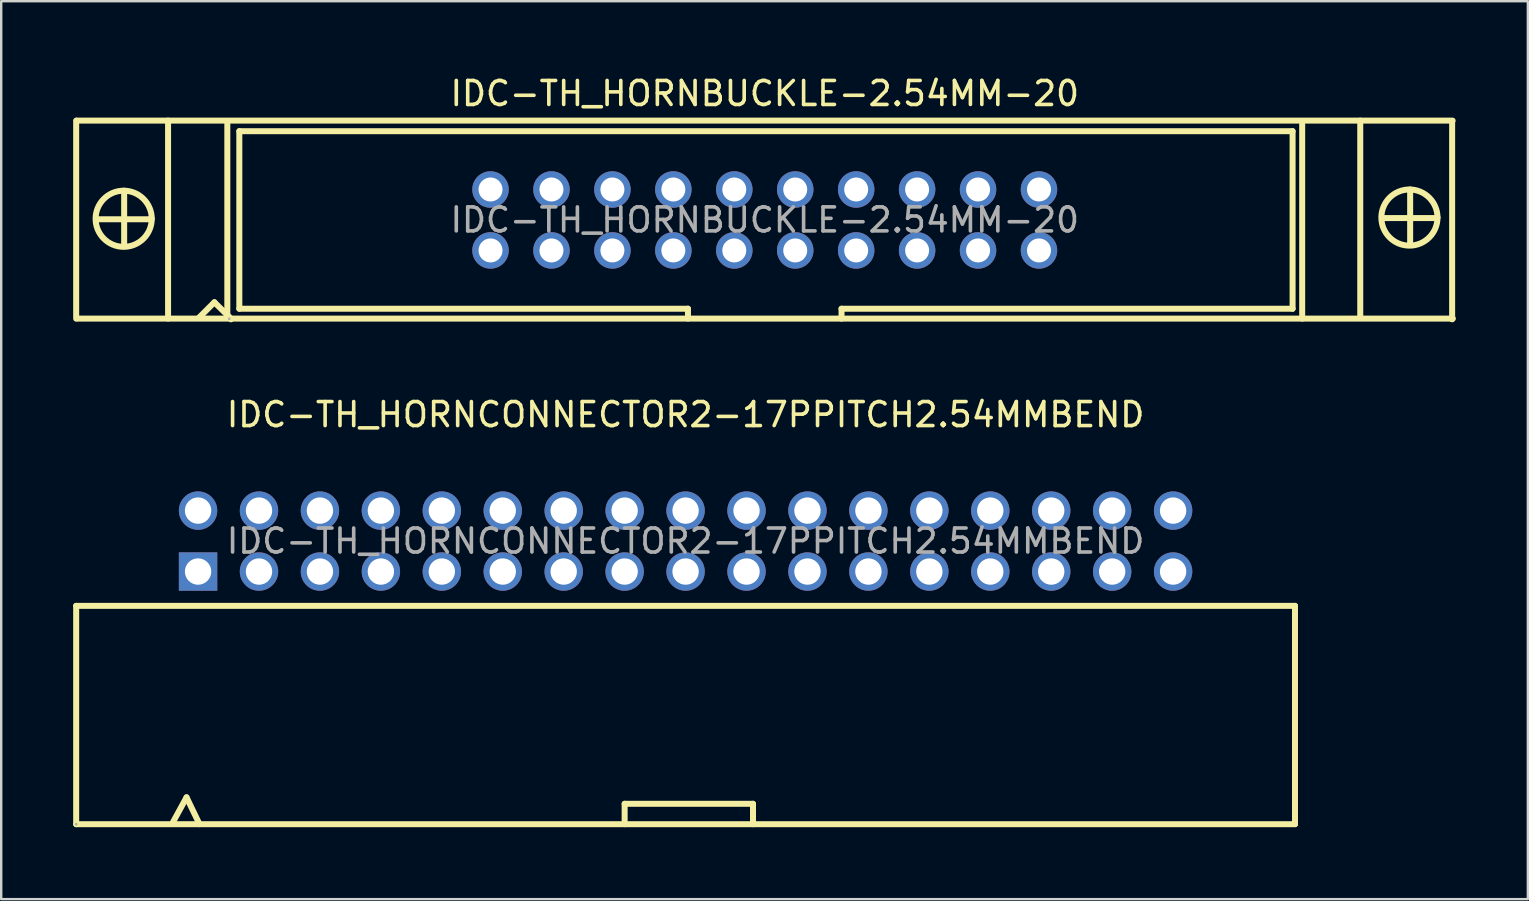
<source format=kicad_pcb>
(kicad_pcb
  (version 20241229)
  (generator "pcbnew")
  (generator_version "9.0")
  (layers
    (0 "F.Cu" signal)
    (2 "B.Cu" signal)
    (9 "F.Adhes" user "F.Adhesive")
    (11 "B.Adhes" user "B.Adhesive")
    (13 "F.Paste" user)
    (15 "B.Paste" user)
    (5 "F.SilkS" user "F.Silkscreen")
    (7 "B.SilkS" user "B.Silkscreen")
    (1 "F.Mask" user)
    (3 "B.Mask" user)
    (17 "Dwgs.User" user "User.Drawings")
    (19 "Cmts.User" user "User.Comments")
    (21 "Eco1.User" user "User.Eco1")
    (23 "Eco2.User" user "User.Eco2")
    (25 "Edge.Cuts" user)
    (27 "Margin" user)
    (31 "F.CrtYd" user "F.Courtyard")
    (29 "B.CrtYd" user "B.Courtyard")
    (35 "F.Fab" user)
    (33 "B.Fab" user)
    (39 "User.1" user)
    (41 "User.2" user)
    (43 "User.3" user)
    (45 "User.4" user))
  (footprint "IDC-TH_HORNCONNECTOR2-17PPITCH2.54MMBEND"
    (layer "F.Cu")
    (at 25.525 19.502)
    (property "Reference" "IDC-TH_HORNCONNECTOR2-17PPITCH2.54MMBEND" (at 0 -5.27 0) (layer "F.SilkS") (effects (font (size 1 1) (thickness 0.15))))
    (attr through_hole)
    (fp_line (start -25.4 2.7) (end -25.4 11.8) (stroke (width 0.25) (type solid)) (layer "F.SilkS"))
    (fp_line (start -25.4 2.7) (end 25.4 2.7) (stroke (width 0.25) (type solid)) (layer "F.SilkS"))
    (fp_line (start -25.4 11.8) (end 25.4 11.8) (stroke (width 0.25) (type solid)) (layer "F.SilkS"))
    (fp_line (start -21.4 11.78) (end -20.8 10.68) (stroke (width 0.25) (type solid)) (layer "F.SilkS"))
    (fp_line (start -20.8 10.68) (end -20.26 11.8) (stroke (width 0.25) (type solid)) (layer "F.SilkS"))
    (fp_line (start -2.54 10.95) (end 2.81 10.95) (stroke (width 0.25) (type solid)) (layer "F.SilkS"))
    (fp_line (start -2.54 11.8) (end -2.54 10.95) (stroke (width 0.25) (type solid)) (layer "F.SilkS"))
    (fp_line (start 2.81 10.95) (end 2.81 11.8) (stroke (width 0.25) (type solid)) (layer "F.SilkS"))
    (fp_line (start 25.4 2.7) (end 25.4 11.8) (stroke (width 0.25) (type solid)) (layer "F.SilkS"))
    (fp_circle (center -25.4 11.8) (end -25.37 11.8) (stroke (width 0.06) (type solid)) (fill no) (layer "F.Fab"))
    (fp_text user "${REFERENCE}" (at 0 0 0) (layer "F.Fab") (effects (font (size 1 1) (thickness 0.15))))
    (pad "1" thru_hole rect (at -20.32 1.27) (size 1.6 1.6) (drill 1.1) (layers "*.Cu" "*.Paste" "*.Mask"))
    (pad "2" thru_hole circle (at -20.32 -1.27) (size 1.6 1.6) (drill 1.1) (layers "*.Cu" "*.Paste" "*.Mask"))
    (pad "3" thru_hole circle (at -17.78 1.27) (size 1.6 1.6) (drill 1.1) (layers "*.Cu" "*.Paste" "*.Mask"))
    (pad "4" thru_hole circle (at -17.78 -1.27) (size 1.6 1.6) (drill 1.1) (layers "*.Cu" "*.Paste" "*.Mask"))
    (pad "5" thru_hole circle (at -15.24 1.27) (size 1.6 1.6) (drill 1.1) (layers "*.Cu" "*.Paste" "*.Mask"))
    (pad "6" thru_hole circle (at -15.24 -1.27) (size 1.6 1.6) (drill 1.1) (layers "*.Cu" "*.Paste" "*.Mask"))
    (pad "7" thru_hole circle (at -12.7 1.27) (size 1.6 1.6) (drill 1.1) (layers "*.Cu" "*.Paste" "*.Mask"))
    (pad "8" thru_hole circle (at -12.7 -1.27) (size 1.6 1.6) (drill 1.1) (layers "*.Cu" "*.Paste" "*.Mask"))
    (pad "9" thru_hole circle (at -10.16 1.27) (size 1.6 1.6) (drill 1.1) (layers "*.Cu" "*.Paste" "*.Mask"))
    (pad "10" thru_hole circle (at -10.16 -1.27) (size 1.6 1.6) (drill 1.1) (layers "*.Cu" "*.Paste" "*.Mask"))
    (pad "11" thru_hole circle (at -7.62 1.27) (size 1.6 1.6) (drill 1.1) (layers "*.Cu" "*.Paste" "*.Mask"))
    (pad "12" thru_hole circle (at -7.62 -1.27) (size 1.6 1.6) (drill 1.1) (layers "*.Cu" "*.Paste" "*.Mask"))
    (pad "13" thru_hole circle (at -5.08 1.27) (size 1.6 1.6) (drill 1.1) (layers "*.Cu" "*.Paste" "*.Mask"))
    (pad "14" thru_hole circle (at -5.08 -1.27) (size 1.6 1.6) (drill 1.1) (layers "*.Cu" "*.Paste" "*.Mask"))
    (pad "15" thru_hole circle (at -2.54 1.27) (size 1.6 1.6) (drill 1.1) (layers "*.Cu" "*.Paste" "*.Mask"))
    (pad "16" thru_hole circle (at -2.54 -1.27) (size 1.6 1.6) (drill 1.1) (layers "*.Cu" "*.Paste" "*.Mask"))
    (pad "17" thru_hole circle (at 0 1.27) (size 1.6 1.6) (drill 1.1) (layers "*.Cu" "*.Paste" "*.Mask"))
    (pad "18" thru_hole circle (at 0 -1.27) (size 1.6 1.6) (drill 1.1) (layers "*.Cu" "*.Paste" "*.Mask"))
    (pad "19" thru_hole circle (at 2.54 1.27) (size 1.6 1.6) (drill 1.1) (layers "*.Cu" "*.Paste" "*.Mask"))
    (pad "20" thru_hole circle (at 2.54 -1.27) (size 1.6 1.6) (drill 1.1) (layers "*.Cu" "*.Paste" "*.Mask"))
    (pad "21" thru_hole circle (at 5.08 1.27) (size 1.6 1.6) (drill 1.1) (layers "*.Cu" "*.Paste" "*.Mask"))
    (pad "22" thru_hole circle (at 5.08 -1.27) (size 1.6 1.6) (drill 1.1) (layers "*.Cu" "*.Paste" "*.Mask"))
    (pad "23" thru_hole circle (at 7.62 1.27) (size 1.6 1.6) (drill 1.1) (layers "*.Cu" "*.Paste" "*.Mask"))
    (pad "24" thru_hole circle (at 7.62 -1.27) (size 1.6 1.6) (drill 1.1) (layers "*.Cu" "*.Paste" "*.Mask"))
    (pad "25" thru_hole circle (at 10.16 1.27) (size 1.6 1.6) (drill 1.1) (layers "*.Cu" "*.Paste" "*.Mask"))
    (pad "26" thru_hole circle (at 10.16 -1.27) (size 1.6 1.6) (drill 1.1) (layers "*.Cu" "*.Paste" "*.Mask"))
    (pad "27" thru_hole circle (at 12.7 1.27) (size 1.6 1.6) (drill 1.1) (layers "*.Cu" "*.Paste" "*.Mask"))
    (pad "28" thru_hole circle (at 12.7 -1.27) (size 1.6 1.6) (drill 1.1) (layers "*.Cu" "*.Paste" "*.Mask"))
    (pad "29" thru_hole circle (at 15.24 1.27) (size 1.6 1.6) (drill 1.1) (layers "*.Cu" "*.Paste" "*.Mask"))
    (pad "30" thru_hole circle (at 15.24 -1.27) (size 1.6 1.6) (drill 1.1) (layers "*.Cu" "*.Paste" "*.Mask"))
    (pad "31" thru_hole circle (at 17.78 1.27) (size 1.6 1.6) (drill 1.1) (layers "*.Cu" "*.Paste" "*.Mask"))
    (pad "32" thru_hole circle (at 17.78 -1.27) (size 1.6 1.6) (drill 1.1) (layers "*.Cu" "*.Paste" "*.Mask"))
    (pad "33" thru_hole circle (at 20.32 1.27) (size 1.6 1.6) (drill 1.1) (layers "*.Cu" "*.Paste" "*.Mask"))
    (pad "34" thru_hole circle (at 20.32 -1.27) (size 1.6 1.6) (drill 1.1) (layers "*.Cu" "*.Paste" "*.Mask")))
  (footprint "IDC-TH_HORNBUCKLE-2.54MM-20"
    (layer "F.Cu")
    (at 28.825 6.118)
    (property "Reference" "IDC-TH_HORNBUCKLE-2.54MM-20" (at 0 -5.27 0) (layer "F.SilkS") (effects (font (size 1 1) (thickness 0.15))))
    (attr through_hole)
    (fp_line (start -28.7 -4.14) (end -28.7 4.11) (stroke (width 0.25) (type solid)) (layer "F.SilkS"))
    (fp_line (start -28.68 -4.14) (end 28.67 -4.14) (stroke (width 0.25) (type solid)) (layer "F.SilkS"))
    (fp_line (start -28.67 4.11) (end 28.68 4.11) (stroke (width 0.25) (type solid)) (layer "F.SilkS"))
    (fp_line (start -27.86 -0.03) (end -25.63 -0.03) (stroke (width 0.25) (type solid)) (layer "F.SilkS"))
    (fp_line (start -27.86 0.03) (end -27.86 -0.03) (stroke (width 0.25) (type solid)) (layer "F.SilkS"))
    (fp_line (start -26.7 -1.22) (end -26.7 1.07) (stroke (width 0.25) (type solid)) (layer "F.SilkS"))
    (fp_line (start -26.7 1.07) (end -26.72 1.09) (stroke (width 0.25) (type solid)) (layer "F.SilkS"))
    (fp_line (start -25.63 -0.03) (end -25.55 -0.05) (stroke (width 0.25) (type solid)) (layer "F.SilkS"))
    (fp_line (start -24.87 -4.14) (end -24.87 4.11) (stroke (width 0.25) (type solid)) (layer "F.SilkS"))
    (fp_line (start -23.57 4.06) (end -22.94 3.43) (stroke (width 0.25) (type solid)) (layer "F.SilkS"))
    (fp_line (start -22.94 3.43) (end -22.25 4.11) (stroke (width 0.25) (type solid)) (layer "F.SilkS"))
    (fp_line (start -22.4 4) (end -22.4 -4.11) (stroke (width 0.25) (type solid)) (layer "F.SilkS"))
    (fp_line (start -22.25 4.11) (end -22.25 4.14) (stroke (width 0.25) (type solid)) (layer "F.SilkS"))
    (fp_line (start -21.9 -3.7) (end -21.9 3.7) (stroke (width 0.25) (type solid)) (layer "F.SilkS"))
    (fp_line (start -21.9 -3.7) (end 22 -3.7) (stroke (width 0.25) (type solid)) (layer "F.SilkS"))
    (fp_line (start -21.9 3.7) (end -3.2 3.7) (stroke (width 0.25) (type solid)) (layer "F.SilkS"))
    (fp_line (start -3.2 3.7) (end -3.2 4.11) (stroke (width 0.25) (type solid)) (layer "F.SilkS"))
    (fp_line (start 3.2 3.7) (end 3.2 4.11) (stroke (width 0.25) (type solid)) (layer "F.SilkS"))
    (fp_line (start 22 -3.7) (end 22 3.7) (stroke (width 0.25) (type solid)) (layer "F.SilkS"))
    (fp_line (start 22 3.7) (end 3.2 3.7) (stroke (width 0.25) (type solid)) (layer "F.SilkS"))
    (fp_line (start 22.4 -4) (end 22.4 4.11) (stroke (width 0.25) (type solid)) (layer "F.SilkS"))
    (fp_line (start 24.82 -4.14) (end 24.82 4.08) (stroke (width 0.25) (type solid)) (layer "F.SilkS"))
    (fp_line (start 25.73 -0.08) (end 27.97 -0.08) (stroke (width 0.25) (type solid)) (layer "F.SilkS"))
    (fp_line (start 25.73 -0.03) (end 25.73 -0.08) (stroke (width 0.25) (type solid)) (layer "F.SilkS"))
    (fp_line (start 26.9 -1.27) (end 26.9 1.02) (stroke (width 0.25) (type solid)) (layer "F.SilkS"))
    (fp_line (start 26.9 1.02) (end 26.87 1.04) (stroke (width 0.25) (type solid)) (layer "F.SilkS"))
    (fp_line (start 27.97 -0.08) (end 28.04 -0.1) (stroke (width 0.25) (type solid)) (layer "F.SilkS"))
    (fp_line (start 28.65 -4.11) (end 28.65 4.14) (stroke (width 0.25) (type solid)) (layer "F.SilkS"))
    (fp_circle (center -26.72 -0.05) (end -25.55 -0.05) (stroke (width 0.25) (type solid)) (fill no) (layer "F.SilkS"))
    (fp_circle (center 26.87 -0.1) (end 28.04 -0.1) (stroke (width 0.25) (type solid)) (fill no) (layer "F.SilkS"))
    (fp_circle (center -22.32 4.12) (end -22.29 4.12) (stroke (width 0.06) (type solid)) (fill no) (layer "F.Fab"))
    (fp_text user "${REFERENCE}" (at 0 0 0) (layer "F.Fab") (effects (font (size 1 1) (thickness 0.15))))
    (pad "1" thru_hole circle (at -11.43 1.27) (size 1.52 1.52) (drill 1) (layers "*.Cu" "*.Paste" "*.Mask"))
    (pad "2" thru_hole circle (at -11.43 -1.27) (size 1.52 1.52) (drill 1) (layers "*.Cu" "*.Paste" "*.Mask"))
    (pad "3" thru_hole circle (at -8.89 1.27) (size 1.52 1.52) (drill 1) (layers "*.Cu" "*.Paste" "*.Mask"))
    (pad "4" thru_hole circle (at -8.89 -1.27) (size 1.52 1.52) (drill 1) (layers "*.Cu" "*.Paste" "*.Mask"))
    (pad "5" thru_hole circle (at -6.35 1.27) (size 1.52 1.52) (drill 1) (layers "*.Cu" "*.Paste" "*.Mask"))
    (pad "6" thru_hole circle (at -6.35 -1.27) (size 1.52 1.52) (drill 1) (layers "*.Cu" "*.Paste" "*.Mask"))
    (pad "7" thru_hole circle (at -3.81 1.27) (size 1.52 1.52) (drill 1) (layers "*.Cu" "*.Paste" "*.Mask"))
    (pad "8" thru_hole circle (at -3.81 -1.27) (size 1.52 1.52) (drill 1) (layers "*.Cu" "*.Paste" "*.Mask"))
    (pad "9" thru_hole circle (at -1.27 1.27) (size 1.52 1.52) (drill 1) (layers "*.Cu" "*.Paste" "*.Mask"))
    (pad "10" thru_hole circle (at -1.27 -1.27) (size 1.52 1.52) (drill 1) (layers "*.Cu" "*.Paste" "*.Mask"))
    (pad "11" thru_hole circle (at 1.27 1.27) (size 1.52 1.52) (drill 1) (layers "*.Cu" "*.Paste" "*.Mask"))
    (pad "12" thru_hole circle (at 1.27 -1.27) (size 1.52 1.52) (drill 1) (layers "*.Cu" "*.Paste" "*.Mask"))
    (pad "13" thru_hole circle (at 3.81 1.27) (size 1.52 1.52) (drill 1) (layers "*.Cu" "*.Paste" "*.Mask"))
    (pad "14" thru_hole circle (at 3.81 -1.27) (size 1.52 1.52) (drill 1) (layers "*.Cu" "*.Paste" "*.Mask"))
    (pad "15" thru_hole circle (at 6.35 1.27) (size 1.52 1.52) (drill 1) (layers "*.Cu" "*.Paste" "*.Mask"))
    (pad "16" thru_hole circle (at 6.35 -1.27) (size 1.52 1.52) (drill 1) (layers "*.Cu" "*.Paste" "*.Mask"))
    (pad "17" thru_hole circle (at 8.89 1.27) (size 1.52 1.52) (drill 1) (layers "*.Cu" "*.Paste" "*.Mask"))
    (pad "18" thru_hole circle (at 8.89 -1.27) (size 1.52 1.52) (drill 1) (layers "*.Cu" "*.Paste" "*.Mask"))
    (pad "19" thru_hole circle (at 11.43 1.27) (size 1.52 1.52) (drill 1) (layers "*.Cu" "*.Paste" "*.Mask"))
    (pad "20" thru_hole circle (at 11.43 -1.27) (size 1.52 1.52) (drill 1) (layers "*.Cu" "*.Paste" "*.Mask")))
  (gr_rect
    (start -3 -3)
    (end 60.63 34.426)
    (stroke (width 0.1) (type default))
    (fill no)
    (layer "Edge.Cuts")))
</source>
